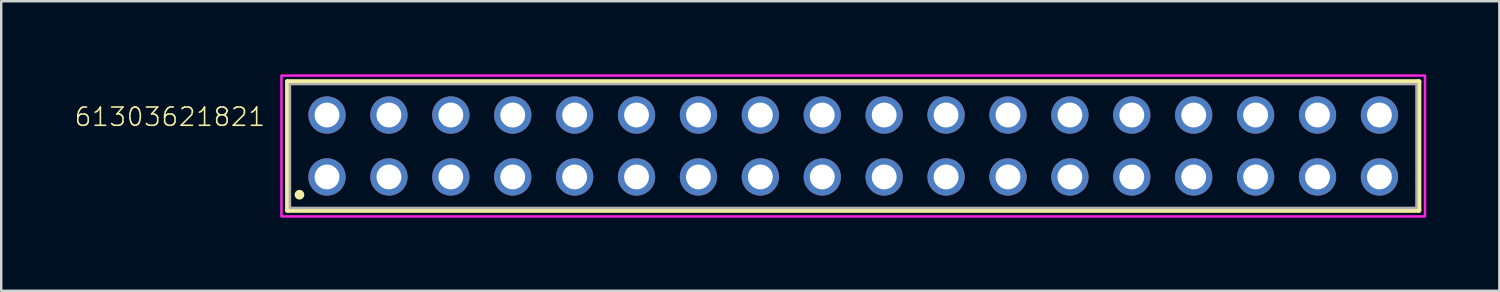
<source format=kicad_pcb>
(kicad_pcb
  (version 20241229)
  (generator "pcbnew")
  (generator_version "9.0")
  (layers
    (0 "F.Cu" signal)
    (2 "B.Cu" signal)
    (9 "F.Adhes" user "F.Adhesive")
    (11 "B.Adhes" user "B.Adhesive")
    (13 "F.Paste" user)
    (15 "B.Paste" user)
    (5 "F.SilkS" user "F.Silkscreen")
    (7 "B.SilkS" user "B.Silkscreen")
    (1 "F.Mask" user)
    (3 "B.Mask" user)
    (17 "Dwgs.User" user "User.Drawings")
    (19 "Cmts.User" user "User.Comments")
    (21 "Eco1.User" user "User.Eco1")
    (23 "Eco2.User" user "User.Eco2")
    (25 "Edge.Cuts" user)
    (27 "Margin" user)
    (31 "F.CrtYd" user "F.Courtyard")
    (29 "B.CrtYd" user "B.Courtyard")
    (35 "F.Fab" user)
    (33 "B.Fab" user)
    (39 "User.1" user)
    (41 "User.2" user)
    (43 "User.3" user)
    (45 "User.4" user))
  (footprint "61303621821"
    (layer "F.Cu")
    (at 31.957 2.94)
    (property "Reference" "61303621821" (at -24.078 -0.756 0) (unlocked yes) (layer "F.SilkS") (effects (font (size 0.748 0.748) (thickness 0.065)) (justify right bottom)))
    (fp_line (start -23.21 -2.64) (end 23.21 -2.64) (stroke (width 0.2) (type solid)) (layer "F.SilkS"))
    (fp_line (start -23.21 2.64) (end -23.21 -2.64) (stroke (width 0.2) (type solid)) (layer "F.SilkS"))
    (fp_line (start 23.21 -2.64) (end 23.21 2.64) (stroke (width 0.2) (type solid)) (layer "F.SilkS"))
    (fp_line (start 23.21 2.64) (end -23.21 2.64) (stroke (width 0.2) (type solid)) (layer "F.SilkS"))
    (fp_circle (center -22.72 2) (end -22.62 2) (stroke (width 0.2) (type solid)) (fill no) (layer "F.SilkS"))
    (fp_poly (pts (xy 23.46 2.89) (xy -23.46 2.89) (xy -23.46 -2.89) (xy 23.46 -2.89)) (stroke (width 0.1) (type default)) (fill no) (layer "F.CrtYd"))
    (fp_line (start -23.11 -2.54) (end -23.11 2.54) (stroke (width 0.1) (type solid)) (layer "F.Fab"))
    (fp_line (start -23.11 2.54) (end 23.11 2.54) (stroke (width 0.1) (type solid)) (layer "F.Fab"))
    (fp_line (start 23.11 -2.54) (end -23.11 -2.54) (stroke (width 0.1) (type solid)) (layer "F.Fab"))
    (fp_line (start 23.11 2.54) (end 23.11 -2.54) (stroke (width 0.1) (type solid)) (layer "F.Fab"))
    (pad "1" thru_hole circle (at -21.59 1.27) (size 1.53 1.53) (drill 1.02) (layers "*.Cu" "*.Mask"))
    (pad "2" thru_hole circle (at -21.59 -1.27) (size 1.53 1.53) (drill 1.02) (layers "*.Cu" "*.Mask"))
    (pad "3" thru_hole circle (at -19.05 1.27) (size 1.53 1.53) (drill 1.02) (layers "*.Cu" "*.Mask"))
    (pad "4" thru_hole circle (at -19.05 -1.27) (size 1.53 1.53) (drill 1.02) (layers "*.Cu" "*.Mask"))
    (pad "5" thru_hole circle (at -16.51 1.27) (size 1.53 1.53) (drill 1.02) (layers "*.Cu" "*.Mask"))
    (pad "6" thru_hole circle (at -16.51 -1.27) (size 1.53 1.53) (drill 1.02) (layers "*.Cu" "*.Mask"))
    (pad "7" thru_hole circle (at -13.97 1.27) (size 1.53 1.53) (drill 1.02) (layers "*.Cu" "*.Mask"))
    (pad "8" thru_hole circle (at -13.97 -1.27) (size 1.53 1.53) (drill 1.02) (layers "*.Cu" "*.Mask"))
    (pad "9" thru_hole circle (at -11.43 1.27) (size 1.53 1.53) (drill 1.02) (layers "*.Cu" "*.Mask"))
    (pad "10" thru_hole circle (at -11.43 -1.27) (size 1.53 1.53) (drill 1.02) (layers "*.Cu" "*.Mask"))
    (pad "11" thru_hole circle (at -8.89 1.27) (size 1.53 1.53) (drill 1.02) (layers "*.Cu" "*.Mask"))
    (pad "12" thru_hole circle (at -8.89 -1.27) (size 1.53 1.53) (drill 1.02) (layers "*.Cu" "*.Mask"))
    (pad "13" thru_hole circle (at -6.35 1.27) (size 1.53 1.53) (drill 1.02) (layers "*.Cu" "*.Mask"))
    (pad "14" thru_hole circle (at -6.35 -1.27) (size 1.53 1.53) (drill 1.02) (layers "*.Cu" "*.Mask"))
    (pad "15" thru_hole circle (at -3.81 1.27) (size 1.53 1.53) (drill 1.02) (layers "*.Cu" "*.Mask"))
    (pad "16" thru_hole circle (at -3.81 -1.27) (size 1.53 1.53) (drill 1.02) (layers "*.Cu" "*.Mask"))
    (pad "17" thru_hole circle (at -1.27 1.27) (size 1.53 1.53) (drill 1.02) (layers "*.Cu" "*.Mask"))
    (pad "18" thru_hole circle (at -1.27 -1.27) (size 1.53 1.53) (drill 1.02) (layers "*.Cu" "*.Mask"))
    (pad "19" thru_hole circle (at 1.27 1.27) (size 1.53 1.53) (drill 1.02) (layers "*.Cu" "*.Mask"))
    (pad "20" thru_hole circle (at 1.27 -1.27) (size 1.53 1.53) (drill 1.02) (layers "*.Cu" "*.Mask"))
    (pad "21" thru_hole circle (at 3.81 1.27) (size 1.53 1.53) (drill 1.02) (layers "*.Cu" "*.Mask"))
    (pad "22" thru_hole circle (at 3.81 -1.27) (size 1.53 1.53) (drill 1.02) (layers "*.Cu" "*.Mask"))
    (pad "23" thru_hole circle (at 6.35 1.27) (size 1.53 1.53) (drill 1.02) (layers "*.Cu" "*.Mask"))
    (pad "24" thru_hole circle (at 6.35 -1.27) (size 1.53 1.53) (drill 1.02) (layers "*.Cu" "*.Mask"))
    (pad "25" thru_hole circle (at 8.89 1.27) (size 1.53 1.53) (drill 1.02) (layers "*.Cu" "*.Mask"))
    (pad "26" thru_hole circle (at 8.89 -1.27) (size 1.53 1.53) (drill 1.02) (layers "*.Cu" "*.Mask"))
    (pad "27" thru_hole circle (at 11.43 1.27) (size 1.53 1.53) (drill 1.02) (layers "*.Cu" "*.Mask"))
    (pad "28" thru_hole circle (at 11.43 -1.27) (size 1.53 1.53) (drill 1.02) (layers "*.Cu" "*.Mask"))
    (pad "29" thru_hole circle (at 13.97 1.27) (size 1.53 1.53) (drill 1.02) (layers "*.Cu" "*.Mask"))
    (pad "30" thru_hole circle (at 13.97 -1.27) (size 1.53 1.53) (drill 1.02) (layers "*.Cu" "*.Mask"))
    (pad "31" thru_hole circle (at 16.51 1.27) (size 1.53 1.53) (drill 1.02) (layers "*.Cu" "*.Mask"))
    (pad "32" thru_hole circle (at 16.51 -1.27) (size 1.53 1.53) (drill 1.02) (layers "*.Cu" "*.Mask"))
    (pad "33" thru_hole circle (at 19.05 1.27) (size 1.53 1.53) (drill 1.02) (layers "*.Cu" "*.Mask"))
    (pad "34" thru_hole circle (at 19.05 -1.27) (size 1.53 1.53) (drill 1.02) (layers "*.Cu" "*.Mask"))
    (pad "35" thru_hole circle (at 21.59 1.27) (size 1.53 1.53) (drill 1.02) (layers "*.Cu" "*.Mask"))
    (pad "36" thru_hole circle (at 21.59 -1.27) (size 1.53 1.53) (drill 1.02) (layers "*.Cu" "*.Mask")))
  (gr_rect
    (start -3 -3)
    (end 58.467 8.88)
    (stroke (width 0.1) (type default))
    (fill no)
    (layer "Edge.Cuts")))
</source>
